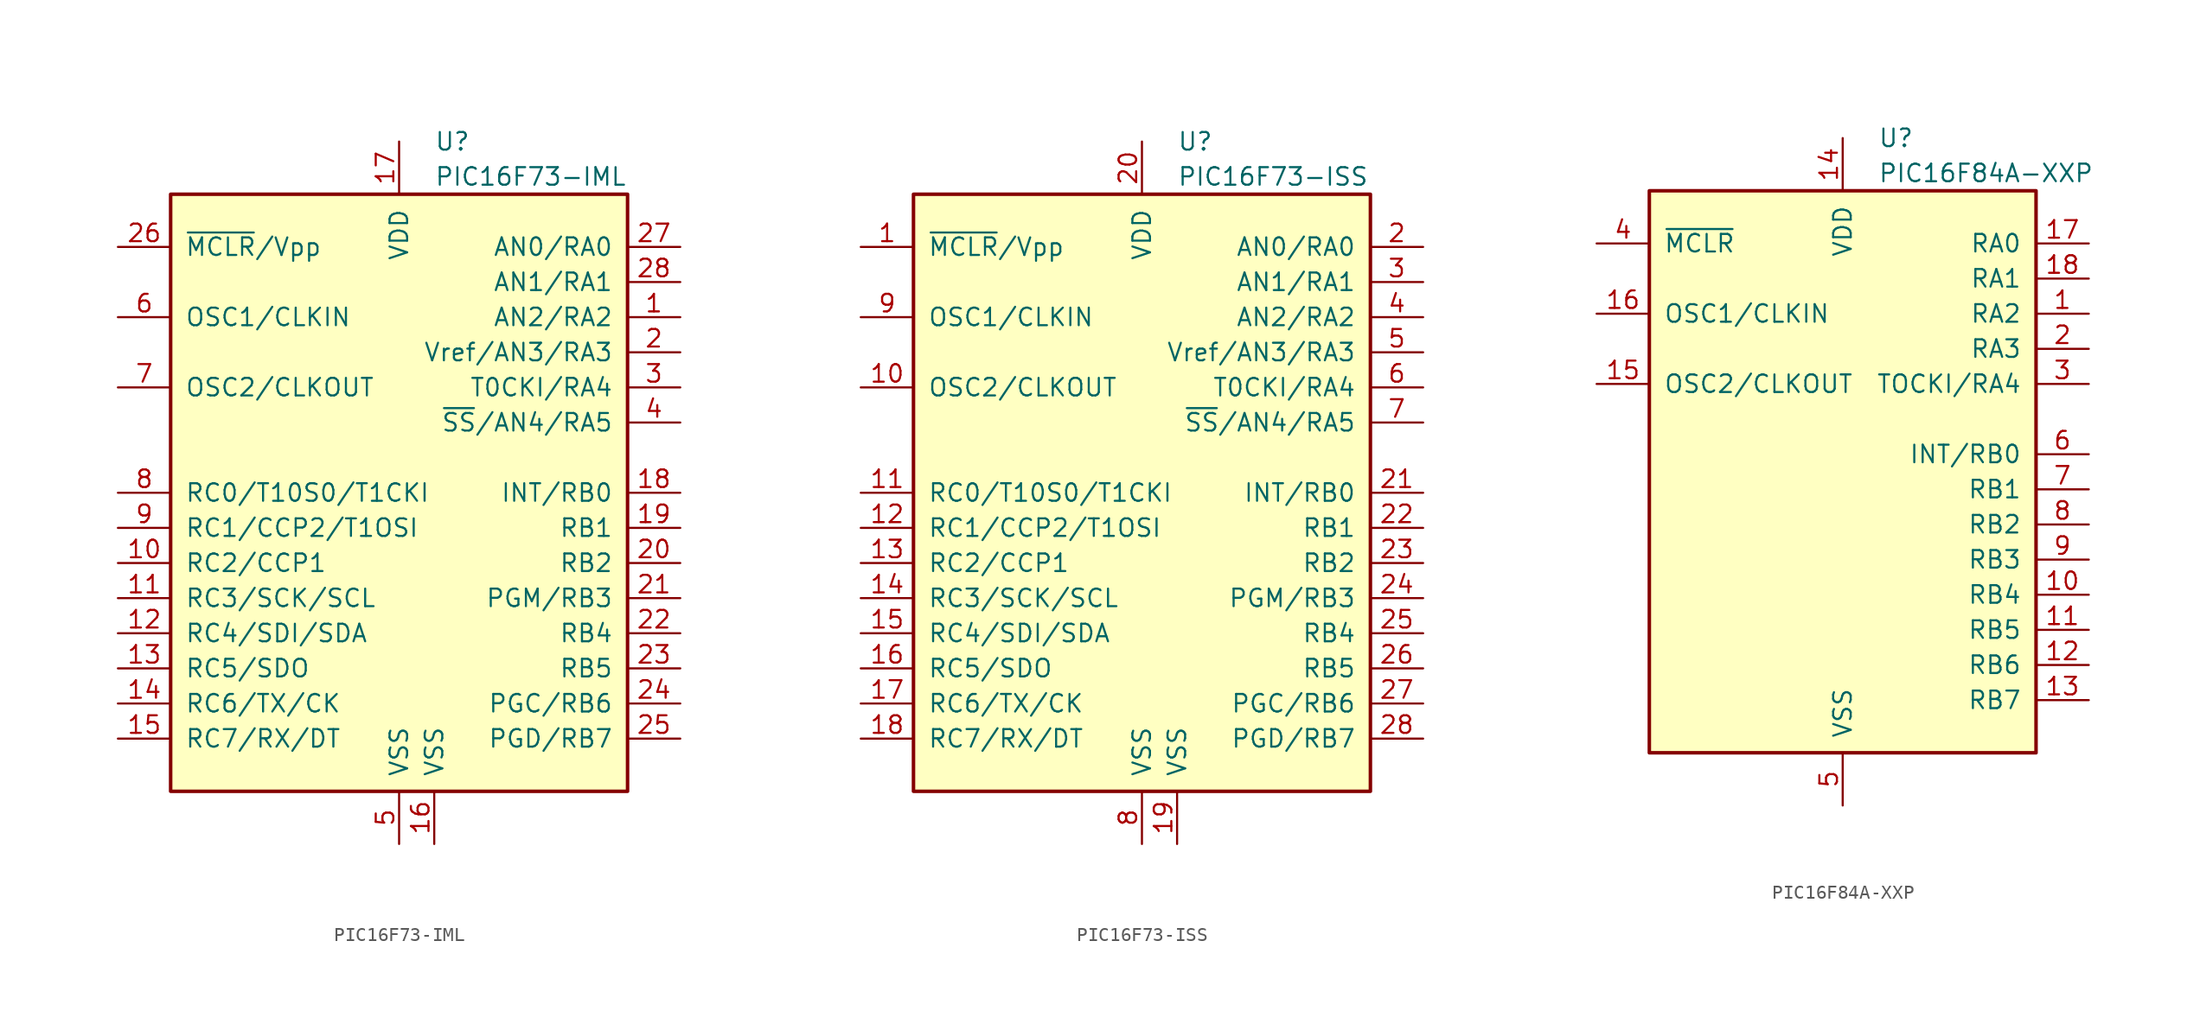
<source format=kicad_sym>
(kicad_symbol_lib
  (version 20211014)
  (generator kicad_symbol_editor)
  (symbol "PIC16F73-IML"
    (pin_names
      (offset 1.016))
    (property "Reference" "U"
      (at 2.54 25.4 0)
      (effects (font (size 1.27 1.27)) (justify left)))
    (property "Value" "PIC16F73-IML"
      (at 2.54 22.86 0)
      (effects (font (size 1.27 1.27)) (justify left)))
    (symbol "PIC16F73-IML_0_1"
      (rectangle (start -16.51 -21.59) (end 16.51 21.59) (stroke (width 0.254) (type default) (color 0 0 0 0)) (fill (type background))))
    (symbol "PIC16F73-IML_1_1"
      (pin bidirectional line (at 20.32 12.7 180) (length 3.81) (name "AN2/RA2" (effects (font (size 1.27 1.27)))) (number "1" (effects (font (size 1.27 1.27)))))
      (pin bidirectional line (at -20.32 -5.08 0) (length 3.81) (name "RC2/CCP1" (effects (font (size 1.27 1.27)))) (number "10" (effects (font (size 1.27 1.27)))))
      (pin bidirectional line (at -20.32 -7.62 0) (length 3.81) (name "RC3/SCK/SCL" (effects (font (size 1.27 1.27)))) (number "11" (effects (font (size 1.27 1.27)))))
      (pin bidirectional line (at -20.32 -10.16 0) (length 3.81) (name "RC4/SDI/SDA" (effects (font (size 1.27 1.27)))) (number "12" (effects (font (size 1.27 1.27)))))
      (pin bidirectional line (at -20.32 -12.7 0) (length 3.81) (name "RC5/SDO" (effects (font (size 1.27 1.27)))) (number "13" (effects (font (size 1.27 1.27)))))
      (pin bidirectional line (at -20.32 -15.24 0) (length 3.81) (name "RC6/TX/CK" (effects (font (size 1.27 1.27)))) (number "14" (effects (font (size 1.27 1.27)))))
      (pin bidirectional line (at -20.32 -17.78 0) (length 3.81) (name "RC7/RX/DT" (effects (font (size 1.27 1.27)))) (number "15" (effects (font (size 1.27 1.27)))))
      (pin power_in line (at 2.54 -25.4 90) (length 3.81) (name "VSS" (effects (font (size 1.27 1.27)))) (number "16" (effects (font (size 1.27 1.27)))))
      (pin power_in line (at 0 25.4 270) (length 3.81) (name "VDD" (effects (font (size 1.27 1.27)))) (number "17" (effects (font (size 1.27 1.27)))))
      (pin bidirectional line (at 20.32 0 180) (length 3.81) (name "INT/RB0" (effects (font (size 1.27 1.27)))) (number "18" (effects (font (size 1.27 1.27)))))
      (pin bidirectional line (at 20.32 -2.54 180) (length 3.81) (name "RB1" (effects (font (size 1.27 1.27)))) (number "19" (effects (font (size 1.27 1.27)))))
      (pin bidirectional line (at 20.32 10.16 180) (length 3.81) (name "Vref/AN3/RA3" (effects (font (size 1.27 1.27)))) (number "2" (effects (font (size 1.27 1.27)))))
      (pin bidirectional line (at 20.32 -5.08 180) (length 3.81) (name "RB2" (effects (font (size 1.27 1.27)))) (number "20" (effects (font (size 1.27 1.27)))))
      (pin bidirectional line (at 20.32 -7.62 180) (length 3.81) (name "PGM/RB3" (effects (font (size 1.27 1.27)))) (number "21" (effects (font (size 1.27 1.27)))))
      (pin bidirectional line (at 20.32 -10.16 180) (length 3.81) (name "RB4" (effects (font (size 1.27 1.27)))) (number "22" (effects (font (size 1.27 1.27)))))
      (pin bidirectional line (at 20.32 -12.7 180) (length 3.81) (name "RB5" (effects (font (size 1.27 1.27)))) (number "23" (effects (font (size 1.27 1.27)))))
      (pin bidirectional line (at 20.32 -15.24 180) (length 3.81) (name "PGC/RB6" (effects (font (size 1.27 1.27)))) (number "24" (effects (font (size 1.27 1.27)))))
      (pin bidirectional line (at 20.32 -17.78 180) (length 3.81) (name "PGD/RB7" (effects (font (size 1.27 1.27)))) (number "25" (effects (font (size 1.27 1.27)))))
      (pin input line (at -20.32 17.78 0) (length 3.81) (name "~{MCLR}/Vpp" (effects (font (size 1.27 1.27)))) (number "26" (effects (font (size 1.27 1.27)))))
      (pin bidirectional line (at 20.32 17.78 180) (length 3.81) (name "AN0/RA0" (effects (font (size 1.27 1.27)))) (number "27" (effects (font (size 1.27 1.27)))))
      (pin bidirectional line (at 20.32 15.24 180) (length 3.81) (name "AN1/RA1" (effects (font (size 1.27 1.27)))) (number "28" (effects (font (size 1.27 1.27)))))
      (pin bidirectional line (at 20.32 7.62 180) (length 3.81) (name "T0CKI/RA4" (effects (font (size 1.27 1.27)))) (number "3" (effects (font (size 1.27 1.27)))))
      (pin bidirectional line (at 20.32 5.08 180) (length 3.81) (name "~{SS}/AN4/RA5" (effects (font (size 1.27 1.27)))) (number "4" (effects (font (size 1.27 1.27)))))
      (pin power_in line (at 0 -25.4 90) (length 3.81) (name "VSS" (effects (font (size 1.27 1.27)))) (number "5" (effects (font (size 1.27 1.27)))))
      (pin input line (at -20.32 12.7 0) (length 3.81) (name "OSC1/CLKIN" (effects (font (size 1.27 1.27)))) (number "6" (effects (font (size 1.27 1.27)))))
      (pin output line (at -20.32 7.62 0) (length 3.81) (name "OSC2/CLKOUT" (effects (font (size 1.27 1.27)))) (number "7" (effects (font (size 1.27 1.27)))))
      (pin bidirectional line (at -20.32 0 0) (length 3.81) (name "RC0/T10S0/T1CKI" (effects (font (size 1.27 1.27)))) (number "8" (effects (font (size 1.27 1.27)))))
      (pin bidirectional line (at -20.32 -2.54 0) (length 3.81) (name "RC1/CCP2/T1OSI" (effects (font (size 1.27 1.27)))) (number "9" (effects (font (size 1.27 1.27)))))))
  (symbol "PIC16F73-ISS"
    (pin_names
      (offset 1.016))
    (property "Reference" "U"
      (at 2.54 25.4 0)
      (effects (font (size 1.27 1.27)) (justify left)))
    (property "Value" "PIC16F73-ISS"
      (at 2.54 22.86 0)
      (effects (font (size 1.27 1.27)) (justify left)))
    (symbol "PIC16F73-ISS_0_1"
      (rectangle (start -16.51 -21.59) (end 16.51 21.59) (stroke (width 0.254) (type default) (color 0 0 0 0)) (fill (type background))))
    (symbol "PIC16F73-ISS_1_1"
      (pin input line (at -20.32 17.78 0) (length 3.81) (name "~{MCLR}/Vpp" (effects (font (size 1.27 1.27)))) (number "1" (effects (font (size 1.27 1.27)))))
      (pin output line (at -20.32 7.62 0) (length 3.81) (name "OSC2/CLKOUT" (effects (font (size 1.27 1.27)))) (number "10" (effects (font (size 1.27 1.27)))))
      (pin bidirectional line (at -20.32 0 0) (length 3.81) (name "RC0/T10S0/T1CKI" (effects (font (size 1.27 1.27)))) (number "11" (effects (font (size 1.27 1.27)))))
      (pin bidirectional line (at -20.32 -2.54 0) (length 3.81) (name "RC1/CCP2/T1OSI" (effects (font (size 1.27 1.27)))) (number "12" (effects (font (size 1.27 1.27)))))
      (pin bidirectional line (at -20.32 -5.08 0) (length 3.81) (name "RC2/CCP1" (effects (font (size 1.27 1.27)))) (number "13" (effects (font (size 1.27 1.27)))))
      (pin bidirectional line (at -20.32 -7.62 0) (length 3.81) (name "RC3/SCK/SCL" (effects (font (size 1.27 1.27)))) (number "14" (effects (font (size 1.27 1.27)))))
      (pin bidirectional line (at -20.32 -10.16 0) (length 3.81) (name "RC4/SDI/SDA" (effects (font (size 1.27 1.27)))) (number "15" (effects (font (size 1.27 1.27)))))
      (pin bidirectional line (at -20.32 -12.7 0) (length 3.81) (name "RC5/SDO" (effects (font (size 1.27 1.27)))) (number "16" (effects (font (size 1.27 1.27)))))
      (pin bidirectional line (at -20.32 -15.24 0) (length 3.81) (name "RC6/TX/CK" (effects (font (size 1.27 1.27)))) (number "17" (effects (font (size 1.27 1.27)))))
      (pin bidirectional line (at -20.32 -17.78 0) (length 3.81) (name "RC7/RX/DT" (effects (font (size 1.27 1.27)))) (number "18" (effects (font (size 1.27 1.27)))))
      (pin power_in line (at 2.54 -25.4 90) (length 3.81) (name "VSS" (effects (font (size 1.27 1.27)))) (number "19" (effects (font (size 1.27 1.27)))))
      (pin bidirectional line (at 20.32 17.78 180) (length 3.81) (name "AN0/RA0" (effects (font (size 1.27 1.27)))) (number "2" (effects (font (size 1.27 1.27)))))
      (pin power_in line (at 0 25.4 270) (length 3.81) (name "VDD" (effects (font (size 1.27 1.27)))) (number "20" (effects (font (size 1.27 1.27)))))
      (pin bidirectional line (at 20.32 0 180) (length 3.81) (name "INT/RB0" (effects (font (size 1.27 1.27)))) (number "21" (effects (font (size 1.27 1.27)))))
      (pin bidirectional line (at 20.32 -2.54 180) (length 3.81) (name "RB1" (effects (font (size 1.27 1.27)))) (number "22" (effects (font (size 1.27 1.27)))))
      (pin bidirectional line (at 20.32 -5.08 180) (length 3.81) (name "RB2" (effects (font (size 1.27 1.27)))) (number "23" (effects (font (size 1.27 1.27)))))
      (pin bidirectional line (at 20.32 -7.62 180) (length 3.81) (name "PGM/RB3" (effects (font (size 1.27 1.27)))) (number "24" (effects (font (size 1.27 1.27)))))
      (pin bidirectional line (at 20.32 -10.16 180) (length 3.81) (name "RB4" (effects (font (size 1.27 1.27)))) (number "25" (effects (font (size 1.27 1.27)))))
      (pin bidirectional line (at 20.32 -12.7 180) (length 3.81) (name "RB5" (effects (font (size 1.27 1.27)))) (number "26" (effects (font (size 1.27 1.27)))))
      (pin bidirectional line (at 20.32 -15.24 180) (length 3.81) (name "PGC/RB6" (effects (font (size 1.27 1.27)))) (number "27" (effects (font (size 1.27 1.27)))))
      (pin bidirectional line (at 20.32 -17.78 180) (length 3.81) (name "PGD/RB7" (effects (font (size 1.27 1.27)))) (number "28" (effects (font (size 1.27 1.27)))))
      (pin bidirectional line (at 20.32 15.24 180) (length 3.81) (name "AN1/RA1" (effects (font (size 1.27 1.27)))) (number "3" (effects (font (size 1.27 1.27)))))
      (pin bidirectional line (at 20.32 12.7 180) (length 3.81) (name "AN2/RA2" (effects (font (size 1.27 1.27)))) (number "4" (effects (font (size 1.27 1.27)))))
      (pin bidirectional line (at 20.32 10.16 180) (length 3.81) (name "Vref/AN3/RA3" (effects (font (size 1.27 1.27)))) (number "5" (effects (font (size 1.27 1.27)))))
      (pin bidirectional line (at 20.32 7.62 180) (length 3.81) (name "T0CKI/RA4" (effects (font (size 1.27 1.27)))) (number "6" (effects (font (size 1.27 1.27)))))
      (pin bidirectional line (at 20.32 5.08 180) (length 3.81) (name "~{SS}/AN4/RA5" (effects (font (size 1.27 1.27)))) (number "7" (effects (font (size 1.27 1.27)))))
      (pin power_in line (at 0 -25.4 90) (length 3.81) (name "VSS" (effects (font (size 1.27 1.27)))) (number "8" (effects (font (size 1.27 1.27)))))
      (pin input line (at -20.32 12.7 0) (length 3.81) (name "OSC1/CLKIN" (effects (font (size 1.27 1.27)))) (number "9" (effects (font (size 1.27 1.27)))))))
  (symbol "PIC16F84A-XXP"
    (pin_names
      (offset 1.016))
    (property "Reference" "U"
      (at 2.54 22.86 0)
      (effects (font (size 1.27 1.27)) (justify left)))
    (property "Value" "PIC16F84A-XXP"
      (at 2.54 20.32 0)
      (effects (font (size 1.27 1.27)) (justify left)))
    (symbol "PIC16F84A-XXP_0_1"
      (rectangle (start -13.97 19.05) (end 13.97 -21.59) (stroke (width 0.254) (type default) (color 0 0 0 0)) (fill (type background))))
    (symbol "PIC16F84A-XXP_1_1"
      (pin bidirectional line (at 17.78 10.16 180) (length 3.81) (name "RA2" (effects (font (size 1.27 1.27)))) (number "1" (effects (font (size 1.27 1.27)))))
      (pin bidirectional line (at 17.78 -10.16 180) (length 3.81) (name "RB4" (effects (font (size 1.27 1.27)))) (number "10" (effects (font (size 1.27 1.27)))))
      (pin bidirectional line (at 17.78 -12.7 180) (length 3.81) (name "RB5" (effects (font (size 1.27 1.27)))) (number "11" (effects (font (size 1.27 1.27)))))
      (pin bidirectional line (at 17.78 -15.24 180) (length 3.81) (name "RB6" (effects (font (size 1.27 1.27)))) (number "12" (effects (font (size 1.27 1.27)))))
      (pin bidirectional line (at 17.78 -17.78 180) (length 3.81) (name "RB7" (effects (font (size 1.27 1.27)))) (number "13" (effects (font (size 1.27 1.27)))))
      (pin power_in line (at 0 22.86 270) (length 3.81) (name "VDD" (effects (font (size 1.27 1.27)))) (number "14" (effects (font (size 1.27 1.27)))))
      (pin output line (at -17.78 5.08 0) (length 3.81) (name "OSC2/CLKOUT" (effects (font (size 1.27 1.27)))) (number "15" (effects (font (size 1.27 1.27)))))
      (pin input line (at -17.78 10.16 0) (length 3.81) (name "OSC1/CLKIN" (effects (font (size 1.27 1.27)))) (number "16" (effects (font (size 1.27 1.27)))))
      (pin bidirectional line (at 17.78 15.24 180) (length 3.81) (name "RA0" (effects (font (size 1.27 1.27)))) (number "17" (effects (font (size 1.27 1.27)))))
      (pin bidirectional line (at 17.78 12.7 180) (length 3.81) (name "RA1" (effects (font (size 1.27 1.27)))) (number "18" (effects (font (size 1.27 1.27)))))
      (pin bidirectional line (at 17.78 7.62 180) (length 3.81) (name "RA3" (effects (font (size 1.27 1.27)))) (number "2" (effects (font (size 1.27 1.27)))))
      (pin bidirectional line (at 17.78 5.08 180) (length 3.81) (name "TOCKI/RA4" (effects (font (size 1.27 1.27)))) (number "3" (effects (font (size 1.27 1.27)))))
      (pin input line (at -17.78 15.24 0) (length 3.81) (name "~{MCLR}" (effects (font (size 1.27 1.27)))) (number "4" (effects (font (size 1.27 1.27)))))
      (pin power_in line (at 0 -25.4 90) (length 3.81) (name "VSS" (effects (font (size 1.27 1.27)))) (number "5" (effects (font (size 1.27 1.27)))))
      (pin bidirectional line (at 17.78 0 180) (length 3.81) (name "INT/RB0" (effects (font (size 1.27 1.27)))) (number "6" (effects (font (size 1.27 1.27)))))
      (pin bidirectional line (at 17.78 -2.54 180) (length 3.81) (name "RB1" (effects (font (size 1.27 1.27)))) (number "7" (effects (font (size 1.27 1.27)))))
      (pin bidirectional line (at 17.78 -5.08 180) (length 3.81) (name "RB2" (effects (font (size 1.27 1.27)))) (number "8" (effects (font (size 1.27 1.27)))))
      (pin bidirectional line (at 17.78 -7.62 180) (length 3.81) (name "RB3" (effects (font (size 1.27 1.27)))) (number "9" (effects (font (size 1.27 1.27))))))))
</source>
